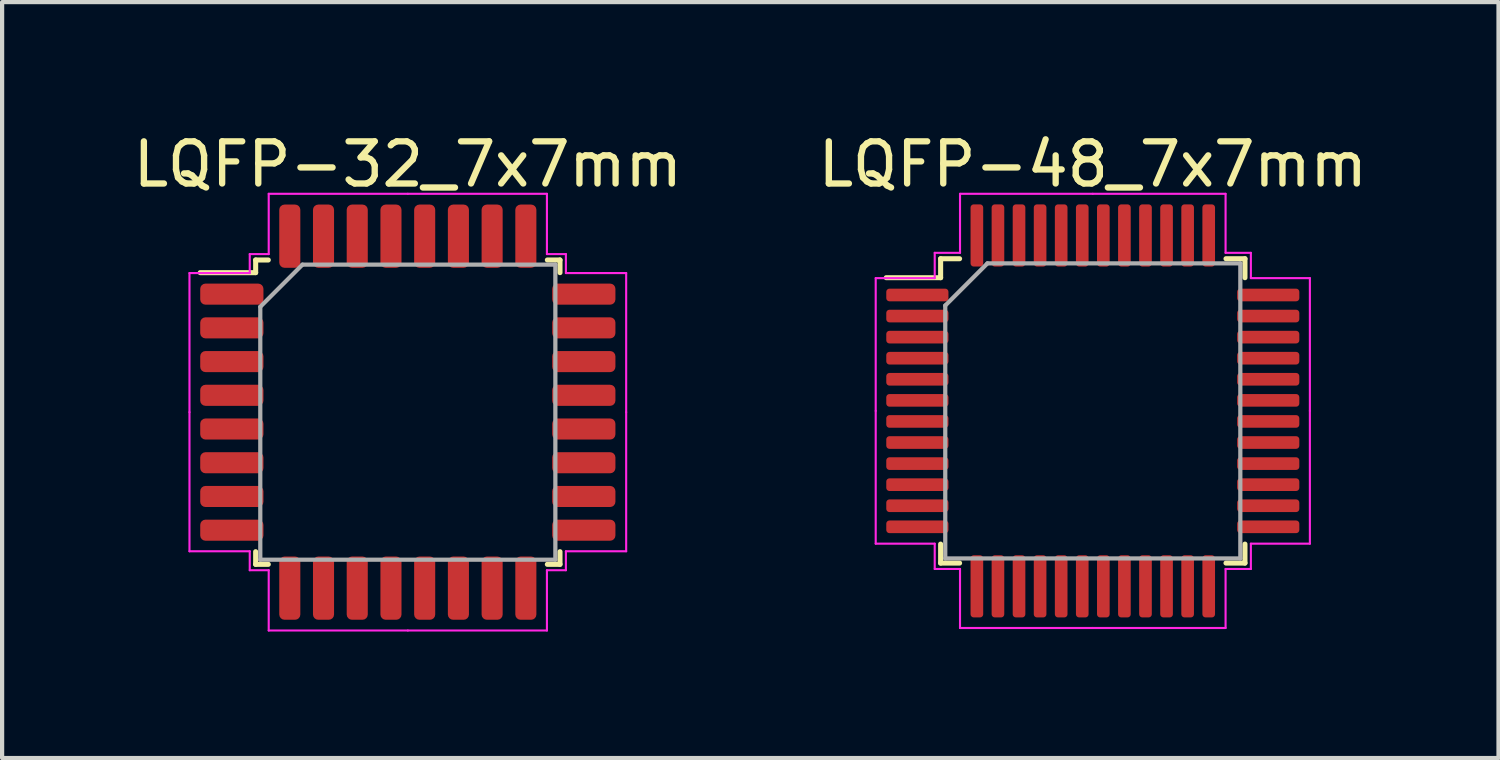
<source format=kicad_pcb>
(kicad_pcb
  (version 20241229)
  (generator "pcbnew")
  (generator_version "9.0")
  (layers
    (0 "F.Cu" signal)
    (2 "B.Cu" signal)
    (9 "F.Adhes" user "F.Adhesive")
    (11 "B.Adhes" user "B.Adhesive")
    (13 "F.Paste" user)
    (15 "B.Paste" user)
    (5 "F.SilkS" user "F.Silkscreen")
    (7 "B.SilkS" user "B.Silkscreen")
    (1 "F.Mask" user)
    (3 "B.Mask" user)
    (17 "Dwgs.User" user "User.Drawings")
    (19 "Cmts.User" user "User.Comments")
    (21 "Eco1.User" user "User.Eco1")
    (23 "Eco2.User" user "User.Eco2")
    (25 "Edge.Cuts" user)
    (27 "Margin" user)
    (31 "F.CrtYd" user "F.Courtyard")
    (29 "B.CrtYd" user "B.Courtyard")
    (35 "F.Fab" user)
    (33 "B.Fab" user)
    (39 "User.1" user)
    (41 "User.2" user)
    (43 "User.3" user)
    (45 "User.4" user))
  (footprint "LQFP-48_7x7mm"
    (layer "F.Cu")
    (at 22.875 6.698)
    (property "Reference" "LQFP-48_7x7mm" (at 0 -5.85 0) (layer "F.SilkS") (effects (font (size 1 1) (thickness 0.15))))
    (attr smd)
    (fp_line (start -3.61 -3.61) (end -3.61 -3.16) (stroke (width 0.12) (type solid)) (layer "F.SilkS"))
    (fp_line (start -3.61 -3.16) (end -4.9 -3.16) (stroke (width 0.12) (type solid)) (layer "F.SilkS"))
    (fp_line (start -3.61 3.61) (end -3.61 3.16) (stroke (width 0.12) (type solid)) (layer "F.SilkS"))
    (fp_line (start -3.16 -3.61) (end -3.61 -3.61) (stroke (width 0.12) (type solid)) (layer "F.SilkS"))
    (fp_line (start -3.16 3.61) (end -3.61 3.61) (stroke (width 0.12) (type solid)) (layer "F.SilkS"))
    (fp_line (start 3.16 -3.61) (end 3.61 -3.61) (stroke (width 0.12) (type solid)) (layer "F.SilkS"))
    (fp_line (start 3.16 3.61) (end 3.61 3.61) (stroke (width 0.12) (type solid)) (layer "F.SilkS"))
    (fp_line (start 3.61 -3.61) (end 3.61 -3.16) (stroke (width 0.12) (type solid)) (layer "F.SilkS"))
    (fp_line (start 3.61 3.61) (end 3.61 3.16) (stroke (width 0.12) (type solid)) (layer "F.SilkS"))
    (fp_line (start -5.15 -3.15) (end -5.15 0) (stroke (width 0.05) (type solid)) (layer "F.CrtYd"))
    (fp_line (start -5.15 3.15) (end -5.15 0) (stroke (width 0.05) (type solid)) (layer "F.CrtYd"))
    (fp_line (start -3.75 -3.75) (end -3.75 -3.15) (stroke (width 0.05) (type solid)) (layer "F.CrtYd"))
    (fp_line (start -3.75 -3.15) (end -5.15 -3.15) (stroke (width 0.05) (type solid)) (layer "F.CrtYd"))
    (fp_line (start -3.75 3.15) (end -5.15 3.15) (stroke (width 0.05) (type solid)) (layer "F.CrtYd"))
    (fp_line (start -3.75 3.75) (end -3.75 3.15) (stroke (width 0.05) (type solid)) (layer "F.CrtYd"))
    (fp_line (start -3.15 -5.15) (end -3.15 -3.75) (stroke (width 0.05) (type solid)) (layer "F.CrtYd"))
    (fp_line (start -3.15 -3.75) (end -3.75 -3.75) (stroke (width 0.05) (type solid)) (layer "F.CrtYd"))
    (fp_line (start -3.15 3.75) (end -3.75 3.75) (stroke (width 0.05) (type solid)) (layer "F.CrtYd"))
    (fp_line (start -3.15 5.15) (end -3.15 3.75) (stroke (width 0.05) (type solid)) (layer "F.CrtYd"))
    (fp_line (start 0 -5.15) (end -3.15 -5.15) (stroke (width 0.05) (type solid)) (layer "F.CrtYd"))
    (fp_line (start 0 -5.15) (end 3.15 -5.15) (stroke (width 0.05) (type solid)) (layer "F.CrtYd"))
    (fp_line (start 0 5.15) (end -3.15 5.15) (stroke (width 0.05) (type solid)) (layer "F.CrtYd"))
    (fp_line (start 0 5.15) (end 3.15 5.15) (stroke (width 0.05) (type solid)) (layer "F.CrtYd"))
    (fp_line (start 3.15 -5.15) (end 3.15 -3.75) (stroke (width 0.05) (type solid)) (layer "F.CrtYd"))
    (fp_line (start 3.15 -3.75) (end 3.75 -3.75) (stroke (width 0.05) (type solid)) (layer "F.CrtYd"))
    (fp_line (start 3.15 3.75) (end 3.75 3.75) (stroke (width 0.05) (type solid)) (layer "F.CrtYd"))
    (fp_line (start 3.15 5.15) (end 3.15 3.75) (stroke (width 0.05) (type solid)) (layer "F.CrtYd"))
    (fp_line (start 3.75 -3.75) (end 3.75 -3.15) (stroke (width 0.05) (type solid)) (layer "F.CrtYd"))
    (fp_line (start 3.75 -3.15) (end 5.15 -3.15) (stroke (width 0.05) (type solid)) (layer "F.CrtYd"))
    (fp_line (start 3.75 3.15) (end 5.15 3.15) (stroke (width 0.05) (type solid)) (layer "F.CrtYd"))
    (fp_line (start 3.75 3.75) (end 3.75 3.15) (stroke (width 0.05) (type solid)) (layer "F.CrtYd"))
    (fp_line (start 5.15 -3.15) (end 5.15 0) (stroke (width 0.05) (type solid)) (layer "F.CrtYd"))
    (fp_line (start 5.15 3.15) (end 5.15 0) (stroke (width 0.05) (type solid)) (layer "F.CrtYd"))
    (fp_line (start -3.5 -2.5) (end -2.5 -3.5) (stroke (width 0.1) (type solid)) (layer "F.Fab"))
    (fp_line (start -3.5 3.5) (end -3.5 -2.5) (stroke (width 0.1) (type solid)) (layer "F.Fab"))
    (fp_line (start -2.5 -3.5) (end 3.5 -3.5) (stroke (width 0.1) (type solid)) (layer "F.Fab"))
    (fp_line (start 3.5 -3.5) (end 3.5 3.5) (stroke (width 0.1) (type solid)) (layer "F.Fab"))
    (fp_line (start 3.5 3.5) (end -3.5 3.5) (stroke (width 0.1) (type solid)) (layer "F.Fab"))
    (pad "1" smd roundrect (at -4.162 -2.75) (size 1.475 0.3) (layers "F.Cu" "F.Mask" "F.Paste") (roundrect_rratio 0.25))
    (pad "2" smd roundrect (at -4.162 -2.25) (size 1.475 0.3) (layers "F.Cu" "F.Mask" "F.Paste") (roundrect_rratio 0.25))
    (pad "3" smd roundrect (at -4.162 -1.75) (size 1.475 0.3) (layers "F.Cu" "F.Mask" "F.Paste") (roundrect_rratio 0.25))
    (pad "4" smd roundrect (at -4.162 -1.25) (size 1.475 0.3) (layers "F.Cu" "F.Mask" "F.Paste") (roundrect_rratio 0.25))
    (pad "5" smd roundrect (at -4.162 -0.75) (size 1.475 0.3) (layers "F.Cu" "F.Mask" "F.Paste") (roundrect_rratio 0.25))
    (pad "6" smd roundrect (at -4.162 -0.25) (size 1.475 0.3) (layers "F.Cu" "F.Mask" "F.Paste") (roundrect_rratio 0.25))
    (pad "7" smd roundrect (at -4.162 0.25) (size 1.475 0.3) (layers "F.Cu" "F.Mask" "F.Paste") (roundrect_rratio 0.25))
    (pad "8" smd roundrect (at -4.162 0.75) (size 1.475 0.3) (layers "F.Cu" "F.Mask" "F.Paste") (roundrect_rratio 0.25))
    (pad "9" smd roundrect (at -4.162 1.25) (size 1.475 0.3) (layers "F.Cu" "F.Mask" "F.Paste") (roundrect_rratio 0.25))
    (pad "10" smd roundrect (at -4.162 1.75) (size 1.475 0.3) (layers "F.Cu" "F.Mask" "F.Paste") (roundrect_rratio 0.25))
    (pad "11" smd roundrect (at -4.162 2.25) (size 1.475 0.3) (layers "F.Cu" "F.Mask" "F.Paste") (roundrect_rratio 0.25))
    (pad "12" smd roundrect (at -4.162 2.75) (size 1.475 0.3) (layers "F.Cu" "F.Mask" "F.Paste") (roundrect_rratio 0.25))
    (pad "13" smd roundrect (at -2.75 4.162) (size 0.3 1.475) (layers "F.Cu" "F.Mask" "F.Paste") (roundrect_rratio 0.25))
    (pad "14" smd roundrect (at -2.25 4.162) (size 0.3 1.475) (layers "F.Cu" "F.Mask" "F.Paste") (roundrect_rratio 0.25))
    (pad "15" smd roundrect (at -1.75 4.162) (size 0.3 1.475) (layers "F.Cu" "F.Mask" "F.Paste") (roundrect_rratio 0.25))
    (pad "16" smd roundrect (at -1.25 4.162) (size 0.3 1.475) (layers "F.Cu" "F.Mask" "F.Paste") (roundrect_rratio 0.25))
    (pad "17" smd roundrect (at -0.75 4.162) (size 0.3 1.475) (layers "F.Cu" "F.Mask" "F.Paste") (roundrect_rratio 0.25))
    (pad "18" smd roundrect (at -0.25 4.162) (size 0.3 1.475) (layers "F.Cu" "F.Mask" "F.Paste") (roundrect_rratio 0.25))
    (pad "19" smd roundrect (at 0.25 4.162) (size 0.3 1.475) (layers "F.Cu" "F.Mask" "F.Paste") (roundrect_rratio 0.25))
    (pad "20" smd roundrect (at 0.75 4.162) (size 0.3 1.475) (layers "F.Cu" "F.Mask" "F.Paste") (roundrect_rratio 0.25))
    (pad "21" smd roundrect (at 1.25 4.162) (size 0.3 1.475) (layers "F.Cu" "F.Mask" "F.Paste") (roundrect_rratio 0.25))
    (pad "22" smd roundrect (at 1.75 4.162) (size 0.3 1.475) (layers "F.Cu" "F.Mask" "F.Paste") (roundrect_rratio 0.25))
    (pad "23" smd roundrect (at 2.25 4.162) (size 0.3 1.475) (layers "F.Cu" "F.Mask" "F.Paste") (roundrect_rratio 0.25))
    (pad "24" smd roundrect (at 2.75 4.162) (size 0.3 1.475) (layers "F.Cu" "F.Mask" "F.Paste") (roundrect_rratio 0.25))
    (pad "25" smd roundrect (at 4.162 2.75) (size 1.475 0.3) (layers "F.Cu" "F.Mask" "F.Paste") (roundrect_rratio 0.25))
    (pad "26" smd roundrect (at 4.162 2.25) (size 1.475 0.3) (layers "F.Cu" "F.Mask" "F.Paste") (roundrect_rratio 0.25))
    (pad "27" smd roundrect (at 4.162 1.75) (size 1.475 0.3) (layers "F.Cu" "F.Mask" "F.Paste") (roundrect_rratio 0.25))
    (pad "28" smd roundrect (at 4.162 1.25) (size 1.475 0.3) (layers "F.Cu" "F.Mask" "F.Paste") (roundrect_rratio 0.25))
    (pad "29" smd roundrect (at 4.162 0.75) (size 1.475 0.3) (layers "F.Cu" "F.Mask" "F.Paste") (roundrect_rratio 0.25))
    (pad "30" smd roundrect (at 4.162 0.25) (size 1.475 0.3) (layers "F.Cu" "F.Mask" "F.Paste") (roundrect_rratio 0.25))
    (pad "31" smd roundrect (at 4.162 -0.25) (size 1.475 0.3) (layers "F.Cu" "F.Mask" "F.Paste") (roundrect_rratio 0.25))
    (pad "32" smd roundrect (at 4.162 -0.75) (size 1.475 0.3) (layers "F.Cu" "F.Mask" "F.Paste") (roundrect_rratio 0.25))
    (pad "33" smd roundrect (at 4.162 -1.25) (size 1.475 0.3) (layers "F.Cu" "F.Mask" "F.Paste") (roundrect_rratio 0.25))
    (pad "34" smd roundrect (at 4.162 -1.75) (size 1.475 0.3) (layers "F.Cu" "F.Mask" "F.Paste") (roundrect_rratio 0.25))
    (pad "35" smd roundrect (at 4.162 -2.25) (size 1.475 0.3) (layers "F.Cu" "F.Mask" "F.Paste") (roundrect_rratio 0.25))
    (pad "36" smd roundrect (at 4.162 -2.75) (size 1.475 0.3) (layers "F.Cu" "F.Mask" "F.Paste") (roundrect_rratio 0.25))
    (pad "37" smd roundrect (at 2.75 -4.162) (size 0.3 1.475) (layers "F.Cu" "F.Mask" "F.Paste") (roundrect_rratio 0.25))
    (pad "38" smd roundrect (at 2.25 -4.162) (size 0.3 1.475) (layers "F.Cu" "F.Mask" "F.Paste") (roundrect_rratio 0.25))
    (pad "39" smd roundrect (at 1.75 -4.162) (size 0.3 1.475) (layers "F.Cu" "F.Mask" "F.Paste") (roundrect_rratio 0.25))
    (pad "40" smd roundrect (at 1.25 -4.162) (size 0.3 1.475) (layers "F.Cu" "F.Mask" "F.Paste") (roundrect_rratio 0.25))
    (pad "41" smd roundrect (at 0.75 -4.162) (size 0.3 1.475) (layers "F.Cu" "F.Mask" "F.Paste") (roundrect_rratio 0.25))
    (pad "42" smd roundrect (at 0.25 -4.162) (size 0.3 1.475) (layers "F.Cu" "F.Mask" "F.Paste") (roundrect_rratio 0.25))
    (pad "43" smd roundrect (at -0.25 -4.162) (size 0.3 1.475) (layers "F.Cu" "F.Mask" "F.Paste") (roundrect_rratio 0.25))
    (pad "44" smd roundrect (at -0.75 -4.162) (size 0.3 1.475) (layers "F.Cu" "F.Mask" "F.Paste") (roundrect_rratio 0.25))
    (pad "45" smd roundrect (at -1.25 -4.162) (size 0.3 1.475) (layers "F.Cu" "F.Mask" "F.Paste") (roundrect_rratio 0.25))
    (pad "46" smd roundrect (at -1.75 -4.162) (size 0.3 1.475) (layers "F.Cu" "F.Mask" "F.Paste") (roundrect_rratio 0.25))
    (pad "47" smd roundrect (at -2.25 -4.162) (size 0.3 1.475) (layers "F.Cu" "F.Mask" "F.Paste") (roundrect_rratio 0.25))
    (pad "48" smd roundrect (at -2.75 -4.162) (size 0.3 1.475) (layers "F.Cu" "F.Mask" "F.Paste") (roundrect_rratio 0.25)))
  (footprint "LQFP-32_7x7mm"
    (layer "F.Cu")
    (at 6.625 6.728)
    (property "Reference" "LQFP-32_7x7mm" (at 0 -5.88 0) (layer "F.SilkS") (effects (font (size 1 1) (thickness 0.15))))
    (attr smd)
    (fp_line (start -3.61 -3.61) (end -3.61 -3.31) (stroke (width 0.12) (type solid)) (layer "F.SilkS"))
    (fp_line (start -3.61 -3.31) (end -4.925 -3.31) (stroke (width 0.12) (type solid)) (layer "F.SilkS"))
    (fp_line (start -3.61 3.61) (end -3.61 3.31) (stroke (width 0.12) (type solid)) (layer "F.SilkS"))
    (fp_line (start -3.31 -3.61) (end -3.61 -3.61) (stroke (width 0.12) (type solid)) (layer "F.SilkS"))
    (fp_line (start -3.31 3.61) (end -3.61 3.61) (stroke (width 0.12) (type solid)) (layer "F.SilkS"))
    (fp_line (start 3.31 -3.61) (end 3.61 -3.61) (stroke (width 0.12) (type solid)) (layer "F.SilkS"))
    (fp_line (start 3.31 3.61) (end 3.61 3.61) (stroke (width 0.12) (type solid)) (layer "F.SilkS"))
    (fp_line (start 3.61 -3.61) (end 3.61 -3.31) (stroke (width 0.12) (type solid)) (layer "F.SilkS"))
    (fp_line (start 3.61 3.61) (end 3.61 3.31) (stroke (width 0.12) (type solid)) (layer "F.SilkS"))
    (fp_line (start -5.18 -3.3) (end -5.18 0) (stroke (width 0.05) (type solid)) (layer "F.CrtYd"))
    (fp_line (start -5.18 3.3) (end -5.18 0) (stroke (width 0.05) (type solid)) (layer "F.CrtYd"))
    (fp_line (start -3.75 -3.75) (end -3.75 -3.3) (stroke (width 0.05) (type solid)) (layer "F.CrtYd"))
    (fp_line (start -3.75 -3.3) (end -5.18 -3.3) (stroke (width 0.05) (type solid)) (layer "F.CrtYd"))
    (fp_line (start -3.75 3.3) (end -5.18 3.3) (stroke (width 0.05) (type solid)) (layer "F.CrtYd"))
    (fp_line (start -3.75 3.75) (end -3.75 3.3) (stroke (width 0.05) (type solid)) (layer "F.CrtYd"))
    (fp_line (start -3.3 -5.18) (end -3.3 -3.75) (stroke (width 0.05) (type solid)) (layer "F.CrtYd"))
    (fp_line (start -3.3 -3.75) (end -3.75 -3.75) (stroke (width 0.05) (type solid)) (layer "F.CrtYd"))
    (fp_line (start -3.3 3.75) (end -3.75 3.75) (stroke (width 0.05) (type solid)) (layer "F.CrtYd"))
    (fp_line (start -3.3 5.18) (end -3.3 3.75) (stroke (width 0.05) (type solid)) (layer "F.CrtYd"))
    (fp_line (start 0 -5.18) (end -3.3 -5.18) (stroke (width 0.05) (type solid)) (layer "F.CrtYd"))
    (fp_line (start 0 -5.18) (end 3.3 -5.18) (stroke (width 0.05) (type solid)) (layer "F.CrtYd"))
    (fp_line (start 0 5.18) (end -3.3 5.18) (stroke (width 0.05) (type solid)) (layer "F.CrtYd"))
    (fp_line (start 0 5.18) (end 3.3 5.18) (stroke (width 0.05) (type solid)) (layer "F.CrtYd"))
    (fp_line (start 3.3 -5.18) (end 3.3 -3.75) (stroke (width 0.05) (type solid)) (layer "F.CrtYd"))
    (fp_line (start 3.3 -3.75) (end 3.75 -3.75) (stroke (width 0.05) (type solid)) (layer "F.CrtYd"))
    (fp_line (start 3.3 3.75) (end 3.75 3.75) (stroke (width 0.05) (type solid)) (layer "F.CrtYd"))
    (fp_line (start 3.3 5.18) (end 3.3 3.75) (stroke (width 0.05) (type solid)) (layer "F.CrtYd"))
    (fp_line (start 3.75 -3.75) (end 3.75 -3.3) (stroke (width 0.05) (type solid)) (layer "F.CrtYd"))
    (fp_line (start 3.75 -3.3) (end 5.18 -3.3) (stroke (width 0.05) (type solid)) (layer "F.CrtYd"))
    (fp_line (start 3.75 3.3) (end 5.18 3.3) (stroke (width 0.05) (type solid)) (layer "F.CrtYd"))
    (fp_line (start 3.75 3.75) (end 3.75 3.3) (stroke (width 0.05) (type solid)) (layer "F.CrtYd"))
    (fp_line (start 5.18 -3.3) (end 5.18 0) (stroke (width 0.05) (type solid)) (layer "F.CrtYd"))
    (fp_line (start 5.18 3.3) (end 5.18 0) (stroke (width 0.05) (type solid)) (layer "F.CrtYd"))
    (fp_line (start -3.5 -2.5) (end -2.5 -3.5) (stroke (width 0.1) (type solid)) (layer "F.Fab"))
    (fp_line (start -3.5 3.5) (end -3.5 -2.5) (stroke (width 0.1) (type solid)) (layer "F.Fab"))
    (fp_line (start -2.5 -3.5) (end 3.5 -3.5) (stroke (width 0.1) (type solid)) (layer "F.Fab"))
    (fp_line (start 3.5 -3.5) (end 3.5 3.5) (stroke (width 0.1) (type solid)) (layer "F.Fab"))
    (fp_line (start 3.5 3.5) (end -3.5 3.5) (stroke (width 0.1) (type solid)) (layer "F.Fab"))
    (pad "1" smd roundrect (at -4.175 -2.8) (size 1.5 0.5) (layers "F.Cu" "F.Mask" "F.Paste") (roundrect_rratio 0.25))
    (pad "2" smd roundrect (at -4.175 -2) (size 1.5 0.5) (layers "F.Cu" "F.Mask" "F.Paste") (roundrect_rratio 0.25))
    (pad "3" smd roundrect (at -4.175 -1.2) (size 1.5 0.5) (layers "F.Cu" "F.Mask" "F.Paste") (roundrect_rratio 0.25))
    (pad "4" smd roundrect (at -4.175 -0.4) (size 1.5 0.5) (layers "F.Cu" "F.Mask" "F.Paste") (roundrect_rratio 0.25))
    (pad "5" smd roundrect (at -4.175 0.4) (size 1.5 0.5) (layers "F.Cu" "F.Mask" "F.Paste") (roundrect_rratio 0.25))
    (pad "6" smd roundrect (at -4.175 1.2) (size 1.5 0.5) (layers "F.Cu" "F.Mask" "F.Paste") (roundrect_rratio 0.25))
    (pad "7" smd roundrect (at -4.175 2) (size 1.5 0.5) (layers "F.Cu" "F.Mask" "F.Paste") (roundrect_rratio 0.25))
    (pad "8" smd roundrect (at -4.175 2.8) (size 1.5 0.5) (layers "F.Cu" "F.Mask" "F.Paste") (roundrect_rratio 0.25))
    (pad "9" smd roundrect (at -2.8 4.175) (size 0.5 1.5) (layers "F.Cu" "F.Mask" "F.Paste") (roundrect_rratio 0.25))
    (pad "10" smd roundrect (at -2 4.175) (size 0.5 1.5) (layers "F.Cu" "F.Mask" "F.Paste") (roundrect_rratio 0.25))
    (pad "11" smd roundrect (at -1.2 4.175) (size 0.5 1.5) (layers "F.Cu" "F.Mask" "F.Paste") (roundrect_rratio 0.25))
    (pad "12" smd roundrect (at -0.4 4.175) (size 0.5 1.5) (layers "F.Cu" "F.Mask" "F.Paste") (roundrect_rratio 0.25))
    (pad "13" smd roundrect (at 0.4 4.175) (size 0.5 1.5) (layers "F.Cu" "F.Mask" "F.Paste") (roundrect_rratio 0.25))
    (pad "14" smd roundrect (at 1.2 4.175) (size 0.5 1.5) (layers "F.Cu" "F.Mask" "F.Paste") (roundrect_rratio 0.25))
    (pad "15" smd roundrect (at 2 4.175) (size 0.5 1.5) (layers "F.Cu" "F.Mask" "F.Paste") (roundrect_rratio 0.25))
    (pad "16" smd roundrect (at 2.8 4.175) (size 0.5 1.5) (layers "F.Cu" "F.Mask" "F.Paste") (roundrect_rratio 0.25))
    (pad "17" smd roundrect (at 4.175 2.8) (size 1.5 0.5) (layers "F.Cu" "F.Mask" "F.Paste") (roundrect_rratio 0.25))
    (pad "18" smd roundrect (at 4.175 2) (size 1.5 0.5) (layers "F.Cu" "F.Mask" "F.Paste") (roundrect_rratio 0.25))
    (pad "19" smd roundrect (at 4.175 1.2) (size 1.5 0.5) (layers "F.Cu" "F.Mask" "F.Paste") (roundrect_rratio 0.25))
    (pad "20" smd roundrect (at 4.175 0.4) (size 1.5 0.5) (layers "F.Cu" "F.Mask" "F.Paste") (roundrect_rratio 0.25))
    (pad "21" smd roundrect (at 4.175 -0.4) (size 1.5 0.5) (layers "F.Cu" "F.Mask" "F.Paste") (roundrect_rratio 0.25))
    (pad "22" smd roundrect (at 4.175 -1.2) (size 1.5 0.5) (layers "F.Cu" "F.Mask" "F.Paste") (roundrect_rratio 0.25))
    (pad "23" smd roundrect (at 4.175 -2) (size 1.5 0.5) (layers "F.Cu" "F.Mask" "F.Paste") (roundrect_rratio 0.25))
    (pad "24" smd roundrect (at 4.175 -2.8) (size 1.5 0.5) (layers "F.Cu" "F.Mask" "F.Paste") (roundrect_rratio 0.25))
    (pad "25" smd roundrect (at 2.8 -4.175) (size 0.5 1.5) (layers "F.Cu" "F.Mask" "F.Paste") (roundrect_rratio 0.25))
    (pad "26" smd roundrect (at 2 -4.175) (size 0.5 1.5) (layers "F.Cu" "F.Mask" "F.Paste") (roundrect_rratio 0.25))
    (pad "27" smd roundrect (at 1.2 -4.175) (size 0.5 1.5) (layers "F.Cu" "F.Mask" "F.Paste") (roundrect_rratio 0.25))
    (pad "28" smd roundrect (at 0.4 -4.175) (size 0.5 1.5) (layers "F.Cu" "F.Mask" "F.Paste") (roundrect_rratio 0.25))
    (pad "29" smd roundrect (at -0.4 -4.175) (size 0.5 1.5) (layers "F.Cu" "F.Mask" "F.Paste") (roundrect_rratio 0.25))
    (pad "30" smd roundrect (at -1.2 -4.175) (size 0.5 1.5) (layers "F.Cu" "F.Mask" "F.Paste") (roundrect_rratio 0.25))
    (pad "31" smd roundrect (at -2 -4.175) (size 0.5 1.5) (layers "F.Cu" "F.Mask" "F.Paste") (roundrect_rratio 0.25))
    (pad "32" smd roundrect (at -2.8 -4.175) (size 0.5 1.5) (layers "F.Cu" "F.Mask" "F.Paste") (roundrect_rratio 0.25)))
  (gr_rect
    (start -3 -3)
    (end 32.5 14.933)
    (stroke (width 0.1) (type default))
    (fill no)
    (layer "Edge.Cuts")))
</source>
